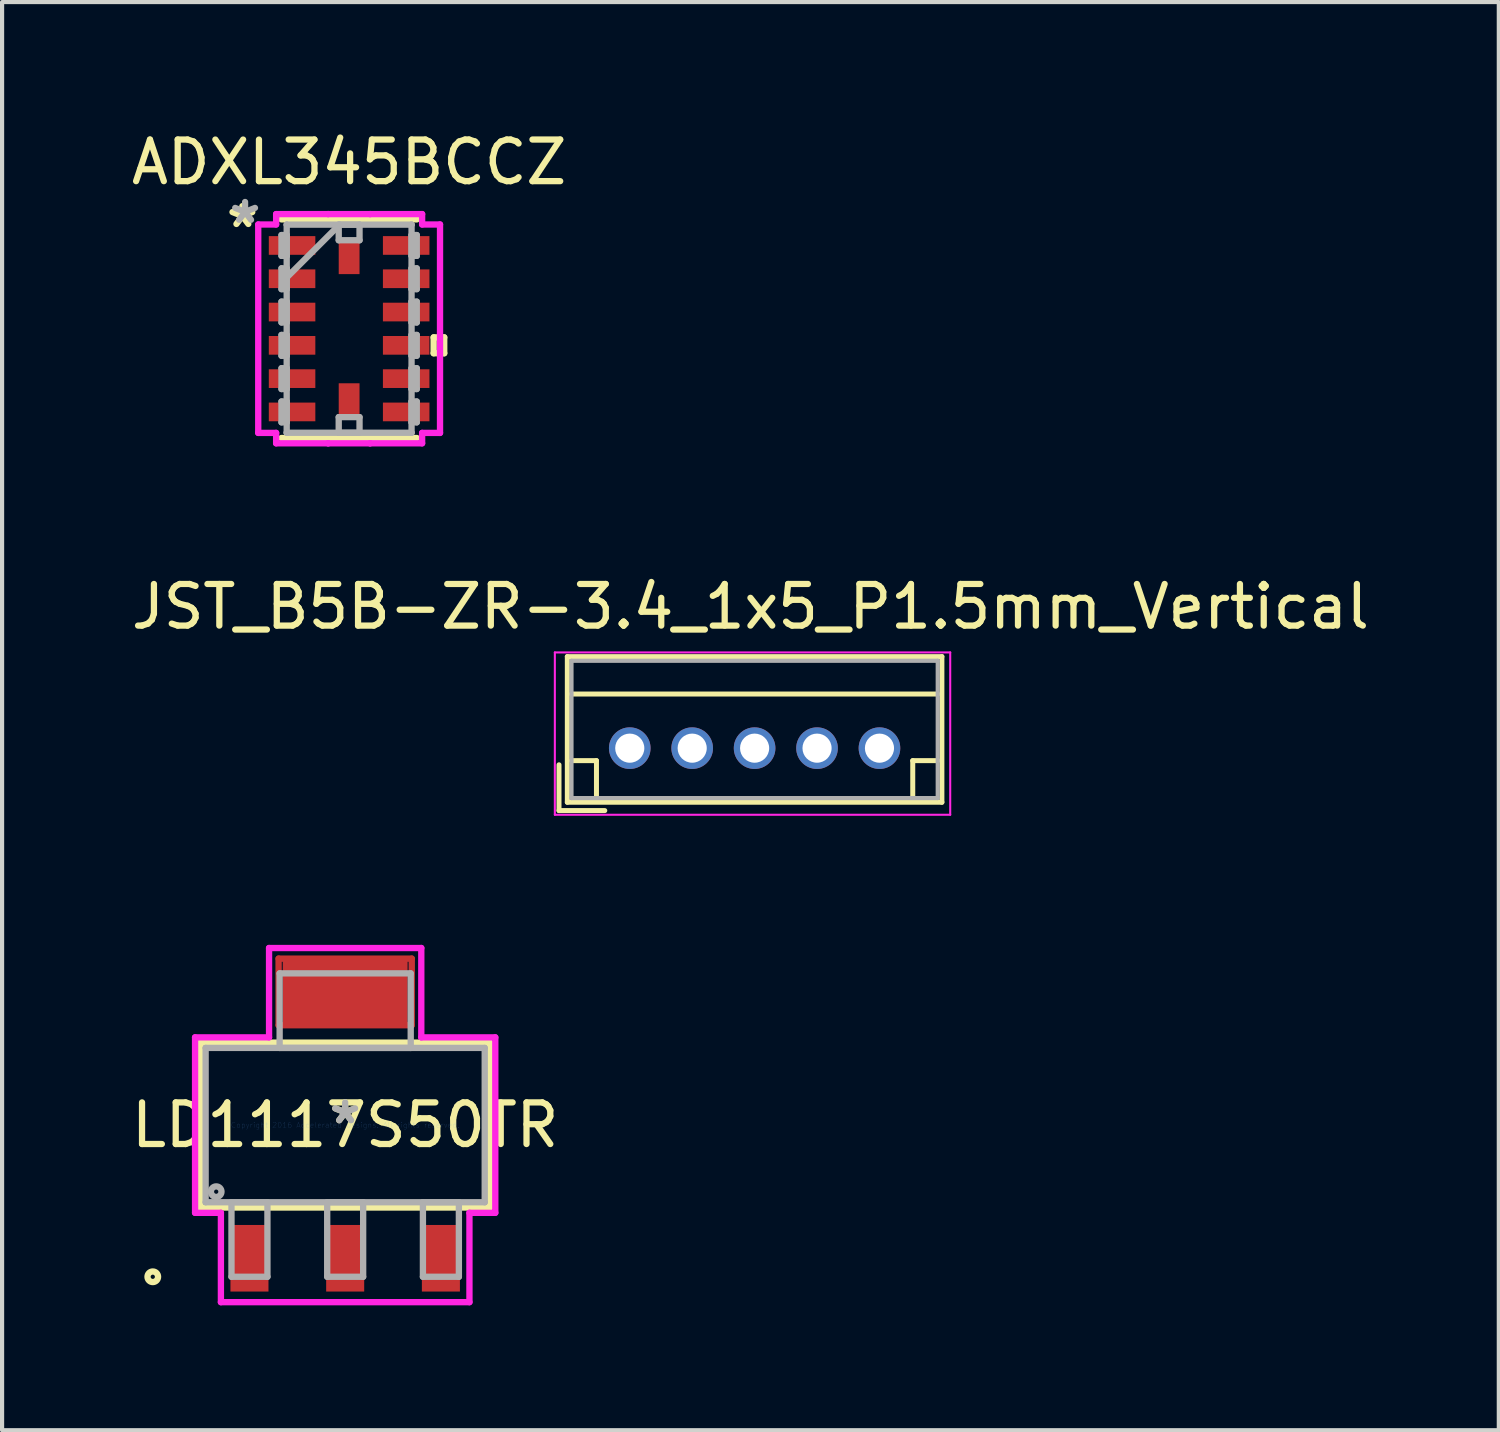
<source format=kicad_pcb>
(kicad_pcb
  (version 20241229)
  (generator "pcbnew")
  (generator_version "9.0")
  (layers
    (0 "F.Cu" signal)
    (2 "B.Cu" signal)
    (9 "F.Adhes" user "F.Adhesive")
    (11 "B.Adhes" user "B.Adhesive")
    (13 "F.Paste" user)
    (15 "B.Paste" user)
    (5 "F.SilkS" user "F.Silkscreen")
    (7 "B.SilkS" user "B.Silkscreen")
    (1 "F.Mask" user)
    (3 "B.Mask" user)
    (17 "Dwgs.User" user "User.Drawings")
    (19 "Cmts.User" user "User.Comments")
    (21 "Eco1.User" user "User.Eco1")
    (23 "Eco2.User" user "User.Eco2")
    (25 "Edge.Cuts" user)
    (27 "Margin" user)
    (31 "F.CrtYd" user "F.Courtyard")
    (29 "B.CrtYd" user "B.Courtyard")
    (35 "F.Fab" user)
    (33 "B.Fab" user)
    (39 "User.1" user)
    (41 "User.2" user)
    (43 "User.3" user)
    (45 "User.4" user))
  (footprint "LD1117S50TR"
    (layer "F.Cu")
    (at 5.244 23.984)
    (property "Reference" "LD1117S50TR" (at 0 0 0) (layer "F.SilkS") (effects (font (size 1 1) (thickness 0.15))))
    (attr through_hole)
    (fp_line (start -1.6 -4) (end -1.6 -2.4) (stroke (width 0.152) (type solid)) (layer "F.Cu"))
    (fp_line (start -1.6 -2.4) (end 1.6 -2.4) (stroke (width 0.152) (type solid)) (layer "F.Cu"))
    (fp_line (start 1.6 -4) (end -1.6 -4) (stroke (width 0.152) (type solid)) (layer "F.Cu"))
    (fp_line (start 1.6 -2.4) (end 1.6 -4) (stroke (width 0.152) (type solid)) (layer "F.Cu"))
    (fp_line (start -1.626 -4.356) (end -1.626 -2.045) (stroke (width 0.152) (type solid)) (layer "F.Mask"))
    (fp_line (start -1.626 -2.045) (end 1.626 -2.045) (stroke (width 0.152) (type solid)) (layer "F.Mask"))
    (fp_line (start 1.626 -4.356) (end -1.626 -4.356) (stroke (width 0.152) (type solid)) (layer "F.Mask"))
    (fp_line (start 1.626 -2.045) (end 1.626 -4.356) (stroke (width 0.152) (type solid)) (layer "F.Mask"))
    (fp_line (start -3.48 -1.981) (end -3.48 1.981) (stroke (width 0.152) (type solid)) (layer "F.SilkS"))
    (fp_line (start -3.48 1.981) (end 3.48 1.981) (stroke (width 0.152) (type solid)) (layer "F.SilkS"))
    (fp_line (start 3.48 -1.981) (end -3.48 -1.981) (stroke (width 0.152) (type solid)) (layer "F.SilkS"))
    (fp_line (start 3.48 1.981) (end 3.48 -1.981) (stroke (width 0.152) (type solid)) (layer "F.SilkS"))
    (fp_circle (center -4.623 3.645) (end -4.496 3.645) (stroke (width 0.152) (type solid)) (fill no) (layer "F.SilkS"))
    (fp_line (start -1.6 -4) (end -1.6 -2.4) (stroke (width 0.152) (type solid)) (layer "F.Paste"))
    (fp_line (start -1.6 -2.4) (end 1.6 -2.4) (stroke (width 0.152) (type solid)) (layer "F.Paste"))
    (fp_line (start 1.6 -4) (end -1.6 -4) (stroke (width 0.152) (type solid)) (layer "F.Paste"))
    (fp_line (start 1.6 -2.4) (end 1.6 -4) (stroke (width 0.152) (type solid)) (layer "F.Paste"))
    (fp_line (start -3.607 -2.108) (end -1.829 -2.108) (stroke (width 0.152) (type solid)) (layer "F.CrtYd"))
    (fp_line (start -3.607 2.108) (end -3.607 -2.108) (stroke (width 0.152) (type solid)) (layer "F.CrtYd"))
    (fp_line (start -2.986 2.108) (end -3.607 2.108) (stroke (width 0.152) (type solid)) (layer "F.CrtYd"))
    (fp_line (start -2.986 4.255) (end -2.986 2.108) (stroke (width 0.152) (type solid)) (layer "F.CrtYd"))
    (fp_line (start -1.829 -4.255) (end 1.829 -4.255) (stroke (width 0.152) (type solid)) (layer "F.CrtYd"))
    (fp_line (start -1.829 -2.108) (end -1.829 -4.255) (stroke (width 0.152) (type solid)) (layer "F.CrtYd"))
    (fp_line (start 1.829 -4.255) (end 1.829 -2.108) (stroke (width 0.152) (type solid)) (layer "F.CrtYd"))
    (fp_line (start 1.829 -2.108) (end 3.607 -2.108) (stroke (width 0.152) (type solid)) (layer "F.CrtYd"))
    (fp_line (start 2.986 2.108) (end 2.986 4.255) (stroke (width 0.152) (type solid)) (layer "F.CrtYd"))
    (fp_line (start 2.986 4.255) (end -2.986 4.255) (stroke (width 0.152) (type solid)) (layer "F.CrtYd"))
    (fp_line (start 3.607 -2.108) (end 3.607 2.108) (stroke (width 0.152) (type solid)) (layer "F.CrtYd"))
    (fp_line (start 3.607 2.108) (end 2.986 2.108) (stroke (width 0.152) (type solid)) (layer "F.CrtYd"))
    (fp_line (start -3.353 -1.854) (end -3.353 1.854) (stroke (width 0.152) (type solid)) (layer "F.Fab"))
    (fp_line (start -3.353 1.854) (end 3.353 1.854) (stroke (width 0.152) (type solid)) (layer "F.Fab"))
    (fp_line (start -2.732 1.854) (end -2.732 3.645) (stroke (width 0.152) (type solid)) (layer "F.Fab"))
    (fp_line (start -2.732 3.645) (end -1.868 3.645) (stroke (width 0.152) (type solid)) (layer "F.Fab"))
    (fp_line (start -1.868 1.854) (end -2.732 1.854) (stroke (width 0.152) (type solid)) (layer "F.Fab"))
    (fp_line (start -1.868 3.645) (end -1.868 1.854) (stroke (width 0.152) (type solid)) (layer "F.Fab"))
    (fp_line (start -1.575 -3.645) (end -1.575 -1.854) (stroke (width 0.152) (type solid)) (layer "F.Fab"))
    (fp_line (start -1.575 -1.854) (end 1.575 -1.854) (stroke (width 0.152) (type solid)) (layer "F.Fab"))
    (fp_line (start -0.432 1.854) (end -0.432 3.645) (stroke (width 0.152) (type solid)) (layer "F.Fab"))
    (fp_line (start -0.432 3.645) (end 0.432 3.645) (stroke (width 0.152) (type solid)) (layer "F.Fab"))
    (fp_line (start 0.432 1.854) (end -0.432 1.854) (stroke (width 0.152) (type solid)) (layer "F.Fab"))
    (fp_line (start 0.432 3.645) (end 0.432 1.854) (stroke (width 0.152) (type solid)) (layer "F.Fab"))
    (fp_line (start 1.575 -3.645) (end -1.575 -3.645) (stroke (width 0.152) (type solid)) (layer "F.Fab"))
    (fp_line (start 1.575 -1.854) (end 1.575 -3.645) (stroke (width 0.152) (type solid)) (layer "F.Fab"))
    (fp_line (start 1.868 1.854) (end 1.868 3.645) (stroke (width 0.152) (type solid)) (layer "F.Fab"))
    (fp_line (start 1.868 3.645) (end 2.732 3.645) (stroke (width 0.152) (type solid)) (layer "F.Fab"))
    (fp_line (start 2.732 1.854) (end 1.868 1.854) (stroke (width 0.152) (type solid)) (layer "F.Fab"))
    (fp_line (start 2.732 3.645) (end 2.732 1.854) (stroke (width 0.152) (type solid)) (layer "F.Fab"))
    (fp_line (start 3.353 -1.854) (end -3.353 -1.854) (stroke (width 0.152) (type solid)) (layer "F.Fab"))
    (fp_line (start 3.353 1.854) (end 3.353 -1.854) (stroke (width 0.152) (type solid)) (layer "F.Fab"))
    (fp_circle (center -3.099 1.6) (end -2.972 1.6) (stroke (width 0.152) (type solid)) (fill no) (layer "F.Fab"))
    (fp_text user "*" (at 0 0 0) (layer "F.SilkS") (effects (font (size 1 1) (thickness 0.15))))
    (fp_text user "Copyright 2016 Accelerated Designs. All rights reserved." (at 0 0 0) (layer "Cmts.User") (effects (font (size 0.127 0.127) (thickness 0.002))))
    (fp_text user "*" (at 0 0 0) (layer "F.Fab") (effects (font (size 1 1) (thickness 0.15))))
    (pad "1" smd rect (at -2.3 3.2) (size 0.914 1.6) (layers "F.Cu" "F.Mask" "F.Paste"))
    (pad "2" smd rect (at 0 3.2) (size 0.914 1.6) (layers "F.Cu" "F.Mask" "F.Paste"))
    (pad "3" smd rect (at 0 -3.2) (size 3 1.5) (layers "F.Cu" "F.Mask" "F.Paste"))
    (pad "3" smd rect (at 2.3 3.2) (size 0.914 1.6) (layers "F.Cu" "F.Mask" "F.Paste")))
  (footprint "ADXL345BCCZ"
    (layer "F.Cu")
    (at 5.339 4.848)
    (property "Reference" "ADXL345BCCZ" (at 0 -4 0) (layer "F.SilkS") (effects (font (size 1 1) (thickness 0.15))))
    (attr through_hole)
    (fp_line (start -1.627 2.627) (end 1.627 2.627) (stroke (width 0.152) (type solid)) (layer "F.SilkS"))
    (fp_line (start 1.627 -2.627) (end -1.627 -2.627) (stroke (width 0.152) (type solid)) (layer "F.SilkS"))
    (fp_line (start 2.031 0.209) (end 2.285 0.209) (stroke (width 0.152) (type solid)) (layer "F.SilkS"))
    (fp_line (start 2.031 0.59) (end 2.031 0.209) (stroke (width 0.152) (type solid)) (layer "F.SilkS"))
    (fp_line (start 2.285 0.209) (end 2.285 0.59) (stroke (width 0.152) (type solid)) (layer "F.SilkS"))
    (fp_line (start 2.285 0.59) (end 2.031 0.59) (stroke (width 0.152) (type solid)) (layer "F.SilkS"))
    (fp_line (start -2.184 -2.504) (end -1.754 -2.504) (stroke (width 0.152) (type solid)) (layer "F.CrtYd"))
    (fp_line (start -2.184 2.504) (end -2.184 -2.504) (stroke (width 0.152) (type solid)) (layer "F.CrtYd"))
    (fp_line (start -1.754 -2.754) (end -0.504 -2.754) (stroke (width 0.152) (type solid)) (layer "F.CrtYd"))
    (fp_line (start -1.754 -2.504) (end -1.754 -2.754) (stroke (width 0.152) (type solid)) (layer "F.CrtYd"))
    (fp_line (start -1.754 2.504) (end -2.184 2.504) (stroke (width 0.152) (type solid)) (layer "F.CrtYd"))
    (fp_line (start -1.754 2.754) (end -1.754 2.504) (stroke (width 0.152) (type solid)) (layer "F.CrtYd"))
    (fp_line (start -0.504 -2.754) (end -0.504 -2.754) (stroke (width 0.152) (type solid)) (layer "F.CrtYd"))
    (fp_line (start -0.504 -2.754) (end 0.504 -2.754) (stroke (width 0.152) (type solid)) (layer "F.CrtYd"))
    (fp_line (start -0.504 2.754) (end -1.754 2.754) (stroke (width 0.152) (type solid)) (layer "F.CrtYd"))
    (fp_line (start -0.504 2.754) (end -0.504 2.754) (stroke (width 0.152) (type solid)) (layer "F.CrtYd"))
    (fp_line (start 0.504 -2.754) (end 0.504 -2.754) (stroke (width 0.152) (type solid)) (layer "F.CrtYd"))
    (fp_line (start 0.504 -2.754) (end 1.754 -2.754) (stroke (width 0.152) (type solid)) (layer "F.CrtYd"))
    (fp_line (start 0.504 2.754) (end -0.504 2.754) (stroke (width 0.152) (type solid)) (layer "F.CrtYd"))
    (fp_line (start 0.504 2.754) (end 0.504 2.754) (stroke (width 0.152) (type solid)) (layer "F.CrtYd"))
    (fp_line (start 1.754 -2.754) (end 1.754 -2.504) (stroke (width 0.152) (type solid)) (layer "F.CrtYd"))
    (fp_line (start 1.754 -2.504) (end 2.184 -2.504) (stroke (width 0.152) (type solid)) (layer "F.CrtYd"))
    (fp_line (start 1.754 2.504) (end 1.754 2.754) (stroke (width 0.152) (type solid)) (layer "F.CrtYd"))
    (fp_line (start 1.754 2.754) (end 0.504 2.754) (stroke (width 0.152) (type solid)) (layer "F.CrtYd"))
    (fp_line (start 2.184 -2.504) (end 2.184 2.504) (stroke (width 0.152) (type solid)) (layer "F.CrtYd"))
    (fp_line (start 2.184 2.504) (end 1.754 2.504) (stroke (width 0.152) (type solid)) (layer "F.CrtYd"))
    (fp_line (start -1.625 -2.25) (end -1.625 -1.75) (stroke (width 0.152) (type solid)) (layer "F.Fab"))
    (fp_line (start -1.625 -1.75) (end -1.5 -1.75) (stroke (width 0.152) (type solid)) (layer "F.Fab"))
    (fp_line (start -1.625 -1.45) (end -1.625 -0.95) (stroke (width 0.152) (type solid)) (layer "F.Fab"))
    (fp_line (start -1.625 -0.95) (end -1.5 -0.95) (stroke (width 0.152) (type solid)) (layer "F.Fab"))
    (fp_line (start -1.625 -0.65) (end -1.625 -0.15) (stroke (width 0.152) (type solid)) (layer "F.Fab"))
    (fp_line (start -1.625 -0.15) (end -1.5 -0.15) (stroke (width 0.152) (type solid)) (layer "F.Fab"))
    (fp_line (start -1.625 0.15) (end -1.625 0.65) (stroke (width 0.152) (type solid)) (layer "F.Fab"))
    (fp_line (start -1.625 0.65) (end -1.5 0.65) (stroke (width 0.152) (type solid)) (layer "F.Fab"))
    (fp_line (start -1.625 0.95) (end -1.625 1.45) (stroke (width 0.152) (type solid)) (layer "F.Fab"))
    (fp_line (start -1.625 1.45) (end -1.5 1.45) (stroke (width 0.152) (type solid)) (layer "F.Fab"))
    (fp_line (start -1.625 1.75) (end -1.625 2.25) (stroke (width 0.152) (type solid)) (layer "F.Fab"))
    (fp_line (start -1.625 2.25) (end -1.5 2.25) (stroke (width 0.152) (type solid)) (layer "F.Fab"))
    (fp_line (start -1.5 -2.5) (end -1.5 -2.5) (stroke (width 0.152) (type solid)) (layer "F.Fab"))
    (fp_line (start -1.5 -2.5) (end -1.5 2.5) (stroke (width 0.152) (type solid)) (layer "F.Fab"))
    (fp_line (start -1.5 -2.25) (end -1.625 -2.25) (stroke (width 0.152) (type solid)) (layer "F.Fab"))
    (fp_line (start -1.5 -1.75) (end -1.5 -2.25) (stroke (width 0.152) (type solid)) (layer "F.Fab"))
    (fp_line (start -1.5 -1.45) (end -1.625 -1.45) (stroke (width 0.152) (type solid)) (layer "F.Fab"))
    (fp_line (start -1.5 -1.23) (end -0.23 -2.5) (stroke (width 0.152) (type solid)) (layer "F.Fab"))
    (fp_line (start -1.5 -0.95) (end -1.5 -1.45) (stroke (width 0.152) (type solid)) (layer "F.Fab"))
    (fp_line (start -1.5 -0.65) (end -1.625 -0.65) (stroke (width 0.152) (type solid)) (layer "F.Fab"))
    (fp_line (start -1.5 -0.15) (end -1.5 -0.65) (stroke (width 0.152) (type solid)) (layer "F.Fab"))
    (fp_line (start -1.5 0.15) (end -1.625 0.15) (stroke (width 0.152) (type solid)) (layer "F.Fab"))
    (fp_line (start -1.5 0.65) (end -1.5 0.15) (stroke (width 0.152) (type solid)) (layer "F.Fab"))
    (fp_line (start -1.5 0.95) (end -1.625 0.95) (stroke (width 0.152) (type solid)) (layer "F.Fab"))
    (fp_line (start -1.5 1.45) (end -1.5 0.95) (stroke (width 0.152) (type solid)) (layer "F.Fab"))
    (fp_line (start -1.5 1.75) (end -1.625 1.75) (stroke (width 0.152) (type solid)) (layer "F.Fab"))
    (fp_line (start -1.5 2.25) (end -1.5 1.75) (stroke (width 0.152) (type solid)) (layer "F.Fab"))
    (fp_line (start -1.5 2.5) (end -1.5 2.5) (stroke (width 0.152) (type solid)) (layer "F.Fab"))
    (fp_line (start -1.5 2.5) (end 1.5 2.5) (stroke (width 0.152) (type solid)) (layer "F.Fab"))
    (fp_line (start -0.25 -2.5) (end 0.25 -2.5) (stroke (width 0.152) (type solid)) (layer "F.Fab"))
    (fp_line (start -0.25 -2.125) (end -0.25 -2.5) (stroke (width 0.152) (type solid)) (layer "F.Fab"))
    (fp_line (start -0.25 2.125) (end 0.25 2.125) (stroke (width 0.152) (type solid)) (layer "F.Fab"))
    (fp_line (start -0.25 2.5) (end -0.25 2.125) (stroke (width 0.152) (type solid)) (layer "F.Fab"))
    (fp_line (start 0.25 -2.5) (end 0.25 -2.125) (stroke (width 0.152) (type solid)) (layer "F.Fab"))
    (fp_line (start 0.25 -2.125) (end -0.25 -2.125) (stroke (width 0.152) (type solid)) (layer "F.Fab"))
    (fp_line (start 0.25 2.125) (end 0.25 2.5) (stroke (width 0.152) (type solid)) (layer "F.Fab"))
    (fp_line (start 0.25 2.5) (end -0.25 2.5) (stroke (width 0.152) (type solid)) (layer "F.Fab"))
    (fp_line (start 1.5 -2.5) (end -1.5 -2.5) (stroke (width 0.152) (type solid)) (layer "F.Fab"))
    (fp_line (start 1.5 -2.5) (end 1.5 -2.5) (stroke (width 0.152) (type solid)) (layer "F.Fab"))
    (fp_line (start 1.5 -2.25) (end 1.5 -1.75) (stroke (width 0.152) (type solid)) (layer "F.Fab"))
    (fp_line (start 1.5 -1.75) (end 1.625 -1.75) (stroke (width 0.152) (type solid)) (layer "F.Fab"))
    (fp_line (start 1.5 -1.45) (end 1.5 -0.95) (stroke (width 0.152) (type solid)) (layer "F.Fab"))
    (fp_line (start 1.5 -0.95) (end 1.625 -0.95) (stroke (width 0.152) (type solid)) (layer "F.Fab"))
    (fp_line (start 1.5 -0.65) (end 1.5 -0.15) (stroke (width 0.152) (type solid)) (layer "F.Fab"))
    (fp_line (start 1.5 -0.15) (end 1.625 -0.15) (stroke (width 0.152) (type solid)) (layer "F.Fab"))
    (fp_line (start 1.5 0.15) (end 1.5 0.65) (stroke (width 0.152) (type solid)) (layer "F.Fab"))
    (fp_line (start 1.5 0.65) (end 1.625 0.65) (stroke (width 0.152) (type solid)) (layer "F.Fab"))
    (fp_line (start 1.5 0.95) (end 1.5 1.45) (stroke (width 0.152) (type solid)) (layer "F.Fab"))
    (fp_line (start 1.5 1.45) (end 1.625 1.45) (stroke (width 0.152) (type solid)) (layer "F.Fab"))
    (fp_line (start 1.5 1.75) (end 1.5 2.25) (stroke (width 0.152) (type solid)) (layer "F.Fab"))
    (fp_line (start 1.5 2.25) (end 1.625 2.25) (stroke (width 0.152) (type solid)) (layer "F.Fab"))
    (fp_line (start 1.5 2.5) (end 1.5 -2.5) (stroke (width 0.152) (type solid)) (layer "F.Fab"))
    (fp_line (start 1.5 2.5) (end 1.5 2.5) (stroke (width 0.152) (type solid)) (layer "F.Fab"))
    (fp_line (start 1.625 -2.25) (end 1.5 -2.25) (stroke (width 0.152) (type solid)) (layer "F.Fab"))
    (fp_line (start 1.625 -1.75) (end 1.625 -2.25) (stroke (width 0.152) (type solid)) (layer "F.Fab"))
    (fp_line (start 1.625 -1.45) (end 1.5 -1.45) (stroke (width 0.152) (type solid)) (layer "F.Fab"))
    (fp_line (start 1.625 -0.95) (end 1.625 -1.45) (stroke (width 0.152) (type solid)) (layer "F.Fab"))
    (fp_line (start 1.625 -0.65) (end 1.5 -0.65) (stroke (width 0.152) (type solid)) (layer "F.Fab"))
    (fp_line (start 1.625 -0.15) (end 1.625 -0.65) (stroke (width 0.152) (type solid)) (layer "F.Fab"))
    (fp_line (start 1.625 0.15) (end 1.5 0.15) (stroke (width 0.152) (type solid)) (layer "F.Fab"))
    (fp_line (start 1.625 0.65) (end 1.625 0.15) (stroke (width 0.152) (type solid)) (layer "F.Fab"))
    (fp_line (start 1.625 0.95) (end 1.5 0.95) (stroke (width 0.152) (type solid)) (layer "F.Fab"))
    (fp_line (start 1.625 1.45) (end 1.625 0.95) (stroke (width 0.152) (type solid)) (layer "F.Fab"))
    (fp_line (start 1.625 1.75) (end 1.5 1.75) (stroke (width 0.152) (type solid)) (layer "F.Fab"))
    (fp_line (start 1.625 2.25) (end 1.625 1.75) (stroke (width 0.152) (type solid)) (layer "F.Fab"))
    (fp_text user "*" (at -2.565 -2.4 0) (layer "F.SilkS") (effects (font (size 1 1) (thickness 0.15))))
    (fp_text user "*" (at -2.5 -2.5 0) (layer "F.Fab") (effects (font (size 1 1) (thickness 0.15))))
    (pad "1" smd rect (at -1.371 -2 90) (size 0.449 1.118) (layers "F.Cu" "F.Mask" "F.Paste"))
    (pad "2" smd rect (at -1.371 -1.2 90) (size 0.449 1.118) (layers "F.Cu" "F.Mask" "F.Paste"))
    (pad "3" smd rect (at -1.371 -0.4 90) (size 0.449 1.118) (layers "F.Cu" "F.Mask" "F.Paste"))
    (pad "4" smd rect (at -1.371 0.4 90) (size 0.449 1.118) (layers "F.Cu" "F.Mask" "F.Paste"))
    (pad "5" smd rect (at -1.371 1.2 90) (size 0.449 1.118) (layers "F.Cu" "F.Mask" "F.Paste"))
    (pad "6" smd rect (at -1.371 2 90) (size 0.449 1.118) (layers "F.Cu" "F.Mask" "F.Paste"))
    (pad "7" smd rect (at 0 1.718) (size 0.5 0.813) (layers "F.Cu" "F.Mask" "F.Paste"))
    (pad "8" smd rect (at 1.371 2 90) (size 0.449 1.118) (layers "F.Cu" "F.Mask" "F.Paste"))
    (pad "9" smd rect (at 1.371 1.2 90) (size 0.449 1.118) (layers "F.Cu" "F.Mask" "F.Paste"))
    (pad "10" smd rect (at 1.371 0.4 90) (size 0.449 1.118) (layers "F.Cu" "F.Mask" "F.Paste"))
    (pad "11" smd rect (at 1.371 -0.4 90) (size 0.449 1.118) (layers "F.Cu" "F.Mask" "F.Paste"))
    (pad "12" smd rect (at 1.371 -1.2 90) (size 0.449 1.118) (layers "F.Cu" "F.Mask" "F.Paste"))
    (pad "13" smd rect (at 1.371 -2 90) (size 0.449 1.118) (layers "F.Cu" "F.Mask" "F.Paste"))
    (pad "14" smd rect (at 0 -1.718) (size 0.5 0.813) (layers "F.Cu" "F.Mask" "F.Paste")))
  (footprint "JST_B5B-ZR-3.4_1x5_P1.5mm_Vertical"
    (layer "F.Cu")
    (at 15.082 14.927)
    (property "Reference" "JST_B5B-ZR-3.4_1x5_P1.5mm_Vertical" (at -0.1 -3.4 0) (layer "F.SilkS") (effects (font (size 1 1) (thickness 0.15))))
    (attr through_hole)
    (fp_line (start -4.7 0.4) (end -4.7 1.5) (stroke (width 0.12) (type solid)) (layer "F.SilkS"))
    (fp_line (start -4.7 1.5) (end -3.6 1.5) (stroke (width 0.12) (type solid)) (layer "F.SilkS"))
    (fp_line (start -4.5 1.3) (end -4.5 -2.2) (stroke (width 0.12) (type solid)) (layer "F.SilkS"))
    (fp_line (start -4.5 1.3) (end 4.5 1.3) (stroke (width 0.12) (type solid)) (layer "F.SilkS"))
    (fp_line (start -4.4 0.3) (end -3.8 0.3) (stroke (width 0.12) (type solid)) (layer "F.SilkS"))
    (fp_line (start -3.8 0.3) (end -3.8 1.2) (stroke (width 0.12) (type solid)) (layer "F.SilkS"))
    (fp_line (start 3.8 1.2) (end 3.8 0.3) (stroke (width 0.12) (type solid)) (layer "F.SilkS"))
    (fp_line (start 4.4 -1.3) (end -4.4 -1.3) (stroke (width 0.12) (type solid)) (layer "F.SilkS"))
    (fp_line (start 4.4 0.3) (end 3.8 0.3) (stroke (width 0.12) (type solid)) (layer "F.SilkS"))
    (fp_line (start 4.5 -2.2) (end -4.5 -2.2) (stroke (width 0.12) (type solid)) (layer "F.SilkS"))
    (fp_line (start 4.5 1.3) (end 4.5 -2.2) (stroke (width 0.12) (type solid)) (layer "F.SilkS"))
    (fp_line (start -4.8 -2.3) (end -4.8 1.6) (stroke (width 0.05) (type solid)) (layer "F.CrtYd"))
    (fp_line (start -4.8 1.6) (end 4.7 1.6) (stroke (width 0.05) (type solid)) (layer "F.CrtYd"))
    (fp_line (start 4.7 -2.3) (end -4.8 -2.3) (stroke (width 0.05) (type solid)) (layer "F.CrtYd"))
    (fp_line (start 4.7 1.6) (end 4.7 -2.3) (stroke (width 0.05) (type solid)) (layer "F.CrtYd"))
    (fp_line (start -4.4 -2.1) (end -4.4 1.2) (stroke (width 0.1) (type solid)) (layer "F.Fab"))
    (fp_line (start -4.4 1.2) (end 4.4 1.2) (stroke (width 0.1) (type solid)) (layer "F.Fab"))
    (fp_line (start 4.4 -2.1) (end -4.4 -2.1) (stroke (width 0.1) (type solid)) (layer "F.Fab"))
    (fp_line (start 4.4 1.2) (end 4.4 -2.1) (stroke (width 0.1) (type solid)) (layer "F.Fab"))
    (pad "1" thru_hole circle (at -3 0) (size 1 1) (drill 0.7) (layers "*.Cu" "*.Mask"))
    (pad "2" thru_hole circle (at -1.5 0) (size 1 1) (drill 0.7) (layers "*.Cu" "*.Mask"))
    (pad "3" thru_hole circle (at 0 0) (size 1 1) (drill 0.7) (layers "*.Cu" "*.Mask"))
    (pad "4" thru_hole circle (at 1.5 0) (size 1 1) (drill 0.7) (layers "*.Cu" "*.Mask"))
    (pad "5" thru_hole circle (at 3 0) (size 1 1) (drill 0.7) (layers "*.Cu" "*.Mask")))
  (gr_rect
    (start -3 -3)
    (end 32.964 31.315)
    (stroke (width 0.1) (type default))
    (fill no)
    (layer "Edge.Cuts")))
</source>
